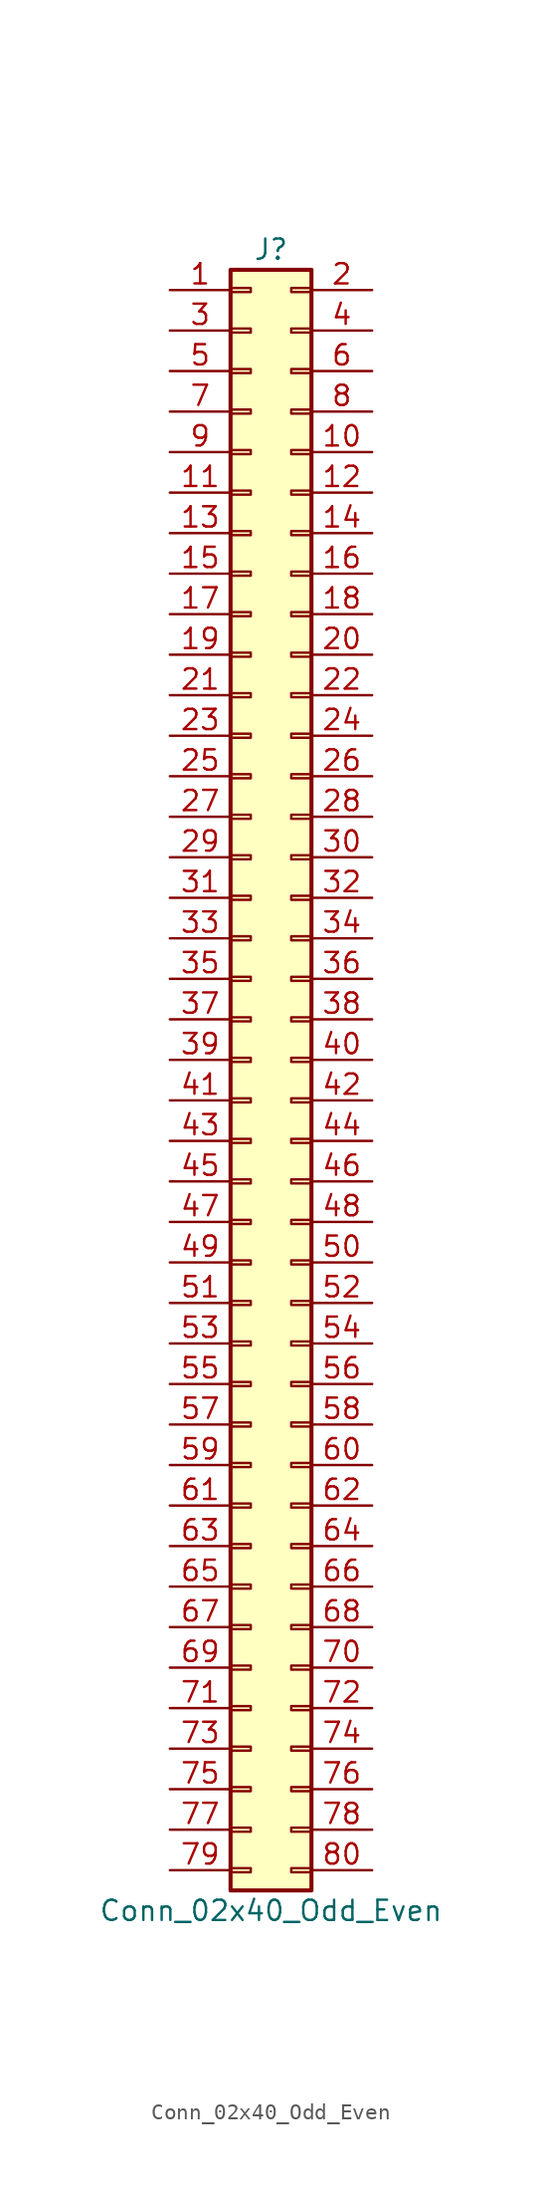
<source format=kicad_sym>
(kicad_symbol_lib
  (version 20201005)
  (generator kicad_symbol_editor)
  (symbol "Conn_02x40_Odd_Even"
    (pin_names
      (offset 1.016) hide)
    (property "Reference" "J"
      (at 1.27 50.8 0)
      (effects (font (size 1.27 1.27))))
    (property "Value" "Conn_02x40_Odd_Even"
      (at 1.27 -53.34 0)
      (effects (font (size 1.27 1.27))))
    (symbol "Conn_02x40_Odd_Even_1_1"
      (rectangle (start -1.27 -50.673) (end 0 -50.927) (stroke (width 0.152)) (fill (type none)))
      (rectangle (start -1.27 -48.133) (end 0 -48.387) (stroke (width 0.152)) (fill (type none)))
      (rectangle (start -1.27 -45.593) (end 0 -45.847) (stroke (width 0.152)) (fill (type none)))
      (rectangle (start -1.27 -43.053) (end 0 -43.307) (stroke (width 0.152)) (fill (type none)))
      (rectangle (start -1.27 -40.513) (end 0 -40.767) (stroke (width 0.152)) (fill (type none)))
      (rectangle (start -1.27 -37.973) (end 0 -38.227) (stroke (width 0.152)) (fill (type none)))
      (rectangle (start -1.27 -35.433) (end 0 -35.687) (stroke (width 0.152)) (fill (type none)))
      (rectangle (start -1.27 -32.893) (end 0 -33.147) (stroke (width 0.152)) (fill (type none)))
      (rectangle (start -1.27 -30.353) (end 0 -30.607) (stroke (width 0.152)) (fill (type none)))
      (rectangle (start -1.27 -27.813) (end 0 -28.067) (stroke (width 0.152)) (fill (type none)))
      (rectangle (start -1.27 -25.273) (end 0 -25.527) (stroke (width 0.152)) (fill (type none)))
      (rectangle (start -1.27 -22.733) (end 0 -22.987) (stroke (width 0.152)) (fill (type none)))
      (rectangle (start -1.27 -20.193) (end 0 -20.447) (stroke (width 0.152)) (fill (type none)))
      (rectangle (start -1.27 -17.653) (end 0 -17.907) (stroke (width 0.152)) (fill (type none)))
      (rectangle (start -1.27 -15.113) (end 0 -15.367) (stroke (width 0.152)) (fill (type none)))
      (rectangle (start -1.27 -12.573) (end 0 -12.827) (stroke (width 0.152)) (fill (type none)))
      (rectangle (start -1.27 -10.033) (end 0 -10.287) (stroke (width 0.152)) (fill (type none)))
      (rectangle (start -1.27 -7.493) (end 0 -7.747) (stroke (width 0.152)) (fill (type none)))
      (rectangle (start -1.27 -4.953) (end 0 -5.207) (stroke (width 0.152)) (fill (type none)))
      (rectangle (start -1.27 -2.413) (end 0 -2.667) (stroke (width 0.152)) (fill (type none)))
      (rectangle (start -1.27 0.127) (end 0 -0.127) (stroke (width 0.152)) (fill (type none)))
      (rectangle (start -1.27 2.667) (end 0 2.413) (stroke (width 0.152)) (fill (type none)))
      (rectangle (start -1.27 5.207) (end 0 4.953) (stroke (width 0.152)) (fill (type none)))
      (rectangle (start -1.27 7.747) (end 0 7.493) (stroke (width 0.152)) (fill (type none)))
      (rectangle (start -1.27 10.287) (end 0 10.033) (stroke (width 0.152)) (fill (type none)))
      (rectangle (start -1.27 12.827) (end 0 12.573) (stroke (width 0.152)) (fill (type none)))
      (rectangle (start -1.27 15.367) (end 0 15.113) (stroke (width 0.152)) (fill (type none)))
      (rectangle (start -1.27 17.907) (end 0 17.653) (stroke (width 0.152)) (fill (type none)))
      (rectangle (start -1.27 20.447) (end 0 20.193) (stroke (width 0.152)) (fill (type none)))
      (rectangle (start -1.27 22.987) (end 0 22.733) (stroke (width 0.152)) (fill (type none)))
      (rectangle (start -1.27 25.527) (end 0 25.273) (stroke (width 0.152)) (fill (type none)))
      (rectangle (start -1.27 28.067) (end 0 27.813) (stroke (width 0.152)) (fill (type none)))
      (rectangle (start -1.27 30.607) (end 0 30.353) (stroke (width 0.152)) (fill (type none)))
      (rectangle (start -1.27 33.147) (end 0 32.893) (stroke (width 0.152)) (fill (type none)))
      (rectangle (start -1.27 35.687) (end 0 35.433) (stroke (width 0.152)) (fill (type none)))
      (rectangle (start -1.27 38.227) (end 0 37.973) (stroke (width 0.152)) (fill (type none)))
      (rectangle (start -1.27 40.767) (end 0 40.513) (stroke (width 0.152)) (fill (type none)))
      (rectangle (start -1.27 43.307) (end 0 43.053) (stroke (width 0.152)) (fill (type none)))
      (rectangle (start -1.27 45.847) (end 0 45.593) (stroke (width 0.152)) (fill (type none)))
      (rectangle (start -1.27 48.387) (end 0 48.133) (stroke (width 0.152)) (fill (type none)))
      (rectangle (start -1.27 49.53) (end 3.81 -52.07) (stroke (width 0.254)) (fill (type background)))
      (rectangle (start 3.81 -50.673) (end 2.54 -50.927) (stroke (width 0.152)) (fill (type none)))
      (rectangle (start 3.81 -48.133) (end 2.54 -48.387) (stroke (width 0.152)) (fill (type none)))
      (rectangle (start 3.81 -45.593) (end 2.54 -45.847) (stroke (width 0.152)) (fill (type none)))
      (rectangle (start 3.81 -43.053) (end 2.54 -43.307) (stroke (width 0.152)) (fill (type none)))
      (rectangle (start 3.81 -40.513) (end 2.54 -40.767) (stroke (width 0.152)) (fill (type none)))
      (rectangle (start 3.81 -37.973) (end 2.54 -38.227) (stroke (width 0.152)) (fill (type none)))
      (rectangle (start 3.81 -35.433) (end 2.54 -35.687) (stroke (width 0.152)) (fill (type none)))
      (rectangle (start 3.81 -32.893) (end 2.54 -33.147) (stroke (width 0.152)) (fill (type none)))
      (rectangle (start 3.81 -30.353) (end 2.54 -30.607) (stroke (width 0.152)) (fill (type none)))
      (rectangle (start 3.81 -27.813) (end 2.54 -28.067) (stroke (width 0.152)) (fill (type none)))
      (rectangle (start 3.81 -25.273) (end 2.54 -25.527) (stroke (width 0.152)) (fill (type none)))
      (rectangle (start 3.81 -22.733) (end 2.54 -22.987) (stroke (width 0.152)) (fill (type none)))
      (rectangle (start 3.81 -20.193) (end 2.54 -20.447) (stroke (width 0.152)) (fill (type none)))
      (rectangle (start 3.81 -17.653) (end 2.54 -17.907) (stroke (width 0.152)) (fill (type none)))
      (rectangle (start 3.81 -15.113) (end 2.54 -15.367) (stroke (width 0.152)) (fill (type none)))
      (rectangle (start 3.81 -12.573) (end 2.54 -12.827) (stroke (width 0.152)) (fill (type none)))
      (rectangle (start 3.81 -10.033) (end 2.54 -10.287) (stroke (width 0.152)) (fill (type none)))
      (rectangle (start 3.81 -7.493) (end 2.54 -7.747) (stroke (width 0.152)) (fill (type none)))
      (rectangle (start 3.81 -4.953) (end 2.54 -5.207) (stroke (width 0.152)) (fill (type none)))
      (rectangle (start 3.81 -2.413) (end 2.54 -2.667) (stroke (width 0.152)) (fill (type none)))
      (rectangle (start 3.81 0.127) (end 2.54 -0.127) (stroke (width 0.152)) (fill (type none)))
      (rectangle (start 3.81 2.667) (end 2.54 2.413) (stroke (width 0.152)) (fill (type none)))
      (rectangle (start 3.81 5.207) (end 2.54 4.953) (stroke (width 0.152)) (fill (type none)))
      (rectangle (start 3.81 7.747) (end 2.54 7.493) (stroke (width 0.152)) (fill (type none)))
      (rectangle (start 3.81 10.287) (end 2.54 10.033) (stroke (width 0.152)) (fill (type none)))
      (rectangle (start 3.81 12.827) (end 2.54 12.573) (stroke (width 0.152)) (fill (type none)))
      (rectangle (start 3.81 15.367) (end 2.54 15.113) (stroke (width 0.152)) (fill (type none)))
      (rectangle (start 3.81 17.907) (end 2.54 17.653) (stroke (width 0.152)) (fill (type none)))
      (rectangle (start 3.81 20.447) (end 2.54 20.193) (stroke (width 0.152)) (fill (type none)))
      (rectangle (start 3.81 22.987) (end 2.54 22.733) (stroke (width 0.152)) (fill (type none)))
      (rectangle (start 3.81 25.527) (end 2.54 25.273) (stroke (width 0.152)) (fill (type none)))
      (rectangle (start 3.81 28.067) (end 2.54 27.813) (stroke (width 0.152)) (fill (type none)))
      (rectangle (start 3.81 30.607) (end 2.54 30.353) (stroke (width 0.152)) (fill (type none)))
      (rectangle (start 3.81 33.147) (end 2.54 32.893) (stroke (width 0.152)) (fill (type none)))
      (rectangle (start 3.81 35.687) (end 2.54 35.433) (stroke (width 0.152)) (fill (type none)))
      (rectangle (start 3.81 38.227) (end 2.54 37.973) (stroke (width 0.152)) (fill (type none)))
      (rectangle (start 3.81 40.767) (end 2.54 40.513) (stroke (width 0.152)) (fill (type none)))
      (rectangle (start 3.81 43.307) (end 2.54 43.053) (stroke (width 0.152)) (fill (type none)))
      (rectangle (start 3.81 45.847) (end 2.54 45.593) (stroke (width 0.152)) (fill (type none)))
      (rectangle (start 3.81 48.387) (end 2.54 48.133) (stroke (width 0.152)) (fill (type none)))
      (pin passive line (at -5.08 48.26 0) (length 3.81) (name "Pin_1" (effects (font (size 1.27 1.27)))) (number "1" (effects (font (size 1.27 1.27)))))
      (pin passive line (at 7.62 38.1 180) (length 3.81) (name "Pin_10" (effects (font (size 1.27 1.27)))) (number "10" (effects (font (size 1.27 1.27)))))
      (pin passive line (at -5.08 35.56 0) (length 3.81) (name "Pin_11" (effects (font (size 1.27 1.27)))) (number "11" (effects (font (size 1.27 1.27)))))
      (pin passive line (at 7.62 35.56 180) (length 3.81) (name "Pin_12" (effects (font (size 1.27 1.27)))) (number "12" (effects (font (size 1.27 1.27)))))
      (pin passive line (at -5.08 33.02 0) (length 3.81) (name "Pin_13" (effects (font (size 1.27 1.27)))) (number "13" (effects (font (size 1.27 1.27)))))
      (pin passive line (at 7.62 33.02 180) (length 3.81) (name "Pin_14" (effects (font (size 1.27 1.27)))) (number "14" (effects (font (size 1.27 1.27)))))
      (pin passive line (at -5.08 30.48 0) (length 3.81) (name "Pin_15" (effects (font (size 1.27 1.27)))) (number "15" (effects (font (size 1.27 1.27)))))
      (pin passive line (at 7.62 30.48 180) (length 3.81) (name "Pin_16" (effects (font (size 1.27 1.27)))) (number "16" (effects (font (size 1.27 1.27)))))
      (pin passive line (at -5.08 27.94 0) (length 3.81) (name "Pin_17" (effects (font (size 1.27 1.27)))) (number "17" (effects (font (size 1.27 1.27)))))
      (pin passive line (at 7.62 27.94 180) (length 3.81) (name "Pin_18" (effects (font (size 1.27 1.27)))) (number "18" (effects (font (size 1.27 1.27)))))
      (pin passive line (at -5.08 25.4 0) (length 3.81) (name "Pin_19" (effects (font (size 1.27 1.27)))) (number "19" (effects (font (size 1.27 1.27)))))
      (pin passive line (at 7.62 48.26 180) (length 3.81) (name "Pin_2" (effects (font (size 1.27 1.27)))) (number "2" (effects (font (size 1.27 1.27)))))
      (pin passive line (at 7.62 25.4 180) (length 3.81) (name "Pin_20" (effects (font (size 1.27 1.27)))) (number "20" (effects (font (size 1.27 1.27)))))
      (pin passive line (at -5.08 22.86 0) (length 3.81) (name "Pin_21" (effects (font (size 1.27 1.27)))) (number "21" (effects (font (size 1.27 1.27)))))
      (pin passive line (at 7.62 22.86 180) (length 3.81) (name "Pin_22" (effects (font (size 1.27 1.27)))) (number "22" (effects (font (size 1.27 1.27)))))
      (pin passive line (at -5.08 20.32 0) (length 3.81) (name "Pin_23" (effects (font (size 1.27 1.27)))) (number "23" (effects (font (size 1.27 1.27)))))
      (pin passive line (at 7.62 20.32 180) (length 3.81) (name "Pin_24" (effects (font (size 1.27 1.27)))) (number "24" (effects (font (size 1.27 1.27)))))
      (pin passive line (at -5.08 17.78 0) (length 3.81) (name "Pin_25" (effects (font (size 1.27 1.27)))) (number "25" (effects (font (size 1.27 1.27)))))
      (pin passive line (at 7.62 17.78 180) (length 3.81) (name "Pin_26" (effects (font (size 1.27 1.27)))) (number "26" (effects (font (size 1.27 1.27)))))
      (pin passive line (at -5.08 15.24 0) (length 3.81) (name "Pin_27" (effects (font (size 1.27 1.27)))) (number "27" (effects (font (size 1.27 1.27)))))
      (pin passive line (at 7.62 15.24 180) (length 3.81) (name "Pin_28" (effects (font (size 1.27 1.27)))) (number "28" (effects (font (size 1.27 1.27)))))
      (pin passive line (at -5.08 12.7 0) (length 3.81) (name "Pin_29" (effects (font (size 1.27 1.27)))) (number "29" (effects (font (size 1.27 1.27)))))
      (pin passive line (at -5.08 45.72 0) (length 3.81) (name "Pin_3" (effects (font (size 1.27 1.27)))) (number "3" (effects (font (size 1.27 1.27)))))
      (pin passive line (at 7.62 12.7 180) (length 3.81) (name "Pin_30" (effects (font (size 1.27 1.27)))) (number "30" (effects (font (size 1.27 1.27)))))
      (pin passive line (at -5.08 10.16 0) (length 3.81) (name "Pin_31" (effects (font (size 1.27 1.27)))) (number "31" (effects (font (size 1.27 1.27)))))
      (pin passive line (at 7.62 10.16 180) (length 3.81) (name "Pin_32" (effects (font (size 1.27 1.27)))) (number "32" (effects (font (size 1.27 1.27)))))
      (pin passive line (at -5.08 7.62 0) (length 3.81) (name "Pin_33" (effects (font (size 1.27 1.27)))) (number "33" (effects (font (size 1.27 1.27)))))
      (pin passive line (at 7.62 7.62 180) (length 3.81) (name "Pin_34" (effects (font (size 1.27 1.27)))) (number "34" (effects (font (size 1.27 1.27)))))
      (pin passive line (at -5.08 5.08 0) (length 3.81) (name "Pin_35" (effects (font (size 1.27 1.27)))) (number "35" (effects (font (size 1.27 1.27)))))
      (pin passive line (at 7.62 5.08 180) (length 3.81) (name "Pin_36" (effects (font (size 1.27 1.27)))) (number "36" (effects (font (size 1.27 1.27)))))
      (pin passive line (at -5.08 2.54 0) (length 3.81) (name "Pin_37" (effects (font (size 1.27 1.27)))) (number "37" (effects (font (size 1.27 1.27)))))
      (pin passive line (at 7.62 2.54 180) (length 3.81) (name "Pin_38" (effects (font (size 1.27 1.27)))) (number "38" (effects (font (size 1.27 1.27)))))
      (pin passive line (at -5.08 0 0) (length 3.81) (name "Pin_39" (effects (font (size 1.27 1.27)))) (number "39" (effects (font (size 1.27 1.27)))))
      (pin passive line (at 7.62 45.72 180) (length 3.81) (name "Pin_4" (effects (font (size 1.27 1.27)))) (number "4" (effects (font (size 1.27 1.27)))))
      (pin passive line (at 7.62 0 180) (length 3.81) (name "Pin_40" (effects (font (size 1.27 1.27)))) (number "40" (effects (font (size 1.27 1.27)))))
      (pin passive line (at -5.08 -2.54 0) (length 3.81) (name "Pin_41" (effects (font (size 1.27 1.27)))) (number "41" (effects (font (size 1.27 1.27)))))
      (pin passive line (at 7.62 -2.54 180) (length 3.81) (name "Pin_42" (effects (font (size 1.27 1.27)))) (number "42" (effects (font (size 1.27 1.27)))))
      (pin passive line (at -5.08 -5.08 0) (length 3.81) (name "Pin_43" (effects (font (size 1.27 1.27)))) (number "43" (effects (font (size 1.27 1.27)))))
      (pin passive line (at 7.62 -5.08 180) (length 3.81) (name "Pin_44" (effects (font (size 1.27 1.27)))) (number "44" (effects (font (size 1.27 1.27)))))
      (pin passive line (at -5.08 -7.62 0) (length 3.81) (name "Pin_45" (effects (font (size 1.27 1.27)))) (number "45" (effects (font (size 1.27 1.27)))))
      (pin passive line (at 7.62 -7.62 180) (length 3.81) (name "Pin_46" (effects (font (size 1.27 1.27)))) (number "46" (effects (font (size 1.27 1.27)))))
      (pin passive line (at -5.08 -10.16 0) (length 3.81) (name "Pin_47" (effects (font (size 1.27 1.27)))) (number "47" (effects (font (size 1.27 1.27)))))
      (pin passive line (at 7.62 -10.16 180) (length 3.81) (name "Pin_48" (effects (font (size 1.27 1.27)))) (number "48" (effects (font (size 1.27 1.27)))))
      (pin passive line (at -5.08 -12.7 0) (length 3.81) (name "Pin_49" (effects (font (size 1.27 1.27)))) (number "49" (effects (font (size 1.27 1.27)))))
      (pin passive line (at -5.08 43.18 0) (length 3.81) (name "Pin_5" (effects (font (size 1.27 1.27)))) (number "5" (effects (font (size 1.27 1.27)))))
      (pin passive line (at 7.62 -12.7 180) (length 3.81) (name "Pin_50" (effects (font (size 1.27 1.27)))) (number "50" (effects (font (size 1.27 1.27)))))
      (pin passive line (at -5.08 -15.24 0) (length 3.81) (name "Pin_51" (effects (font (size 1.27 1.27)))) (number "51" (effects (font (size 1.27 1.27)))))
      (pin passive line (at 7.62 -15.24 180) (length 3.81) (name "Pin_52" (effects (font (size 1.27 1.27)))) (number "52" (effects (font (size 1.27 1.27)))))
      (pin passive line (at -5.08 -17.78 0) (length 3.81) (name "Pin_53" (effects (font (size 1.27 1.27)))) (number "53" (effects (font (size 1.27 1.27)))))
      (pin passive line (at 7.62 -17.78 180) (length 3.81) (name "Pin_54" (effects (font (size 1.27 1.27)))) (number "54" (effects (font (size 1.27 1.27)))))
      (pin passive line (at -5.08 -20.32 0) (length 3.81) (name "Pin_55" (effects (font (size 1.27 1.27)))) (number "55" (effects (font (size 1.27 1.27)))))
      (pin passive line (at 7.62 -20.32 180) (length 3.81) (name "Pin_56" (effects (font (size 1.27 1.27)))) (number "56" (effects (font (size 1.27 1.27)))))
      (pin passive line (at -5.08 -22.86 0) (length 3.81) (name "Pin_57" (effects (font (size 1.27 1.27)))) (number "57" (effects (font (size 1.27 1.27)))))
      (pin passive line (at 7.62 -22.86 180) (length 3.81) (name "Pin_58" (effects (font (size 1.27 1.27)))) (number "58" (effects (font (size 1.27 1.27)))))
      (pin passive line (at -5.08 -25.4 0) (length 3.81) (name "Pin_59" (effects (font (size 1.27 1.27)))) (number "59" (effects (font (size 1.27 1.27)))))
      (pin passive line (at 7.62 43.18 180) (length 3.81) (name "Pin_6" (effects (font (size 1.27 1.27)))) (number "6" (effects (font (size 1.27 1.27)))))
      (pin passive line (at 7.62 -25.4 180) (length 3.81) (name "Pin_60" (effects (font (size 1.27 1.27)))) (number "60" (effects (font (size 1.27 1.27)))))
      (pin passive line (at -5.08 -27.94 0) (length 3.81) (name "Pin_61" (effects (font (size 1.27 1.27)))) (number "61" (effects (font (size 1.27 1.27)))))
      (pin passive line (at 7.62 -27.94 180) (length 3.81) (name "Pin_62" (effects (font (size 1.27 1.27)))) (number "62" (effects (font (size 1.27 1.27)))))
      (pin passive line (at -5.08 -30.48 0) (length 3.81) (name "Pin_63" (effects (font (size 1.27 1.27)))) (number "63" (effects (font (size 1.27 1.27)))))
      (pin passive line (at 7.62 -30.48 180) (length 3.81) (name "Pin_64" (effects (font (size 1.27 1.27)))) (number "64" (effects (font (size 1.27 1.27)))))
      (pin passive line (at -5.08 -33.02 0) (length 3.81) (name "Pin_65" (effects (font (size 1.27 1.27)))) (number "65" (effects (font (size 1.27 1.27)))))
      (pin passive line (at 7.62 -33.02 180) (length 3.81) (name "Pin_66" (effects (font (size 1.27 1.27)))) (number "66" (effects (font (size 1.27 1.27)))))
      (pin passive line (at -5.08 -35.56 0) (length 3.81) (name "Pin_67" (effects (font (size 1.27 1.27)))) (number "67" (effects (font (size 1.27 1.27)))))
      (pin passive line (at 7.62 -35.56 180) (length 3.81) (name "Pin_68" (effects (font (size 1.27 1.27)))) (number "68" (effects (font (size 1.27 1.27)))))
      (pin passive line (at -5.08 -38.1 0) (length 3.81) (name "Pin_69" (effects (font (size 1.27 1.27)))) (number "69" (effects (font (size 1.27 1.27)))))
      (pin passive line (at -5.08 40.64 0) (length 3.81) (name "Pin_7" (effects (font (size 1.27 1.27)))) (number "7" (effects (font (size 1.27 1.27)))))
      (pin passive line (at 7.62 -38.1 180) (length 3.81) (name "Pin_70" (effects (font (size 1.27 1.27)))) (number "70" (effects (font (size 1.27 1.27)))))
      (pin passive line (at -5.08 -40.64 0) (length 3.81) (name "Pin_71" (effects (font (size 1.27 1.27)))) (number "71" (effects (font (size 1.27 1.27)))))
      (pin passive line (at 7.62 -40.64 180) (length 3.81) (name "Pin_72" (effects (font (size 1.27 1.27)))) (number "72" (effects (font (size 1.27 1.27)))))
      (pin passive line (at -5.08 -43.18 0) (length 3.81) (name "Pin_73" (effects (font (size 1.27 1.27)))) (number "73" (effects (font (size 1.27 1.27)))))
      (pin passive line (at 7.62 -43.18 180) (length 3.81) (name "Pin_74" (effects (font (size 1.27 1.27)))) (number "74" (effects (font (size 1.27 1.27)))))
      (pin passive line (at -5.08 -45.72 0) (length 3.81) (name "Pin_75" (effects (font (size 1.27 1.27)))) (number "75" (effects (font (size 1.27 1.27)))))
      (pin passive line (at 7.62 -45.72 180) (length 3.81) (name "Pin_76" (effects (font (size 1.27 1.27)))) (number "76" (effects (font (size 1.27 1.27)))))
      (pin passive line (at -5.08 -48.26 0) (length 3.81) (name "Pin_77" (effects (font (size 1.27 1.27)))) (number "77" (effects (font (size 1.27 1.27)))))
      (pin passive line (at 7.62 -48.26 180) (length 3.81) (name "Pin_78" (effects (font (size 1.27 1.27)))) (number "78" (effects (font (size 1.27 1.27)))))
      (pin passive line (at -5.08 -50.8 0) (length 3.81) (name "Pin_79" (effects (font (size 1.27 1.27)))) (number "79" (effects (font (size 1.27 1.27)))))
      (pin passive line (at 7.62 40.64 180) (length 3.81) (name "Pin_8" (effects (font (size 1.27 1.27)))) (number "8" (effects (font (size 1.27 1.27)))))
      (pin passive line (at 7.62 -50.8 180) (length 3.81) (name "Pin_80" (effects (font (size 1.27 1.27)))) (number "80" (effects (font (size 1.27 1.27)))))
      (pin passive line (at -5.08 38.1 0) (length 3.81) (name "Pin_9" (effects (font (size 1.27 1.27)))) (number "9" (effects (font (size 1.27 1.27))))))))
</source>
